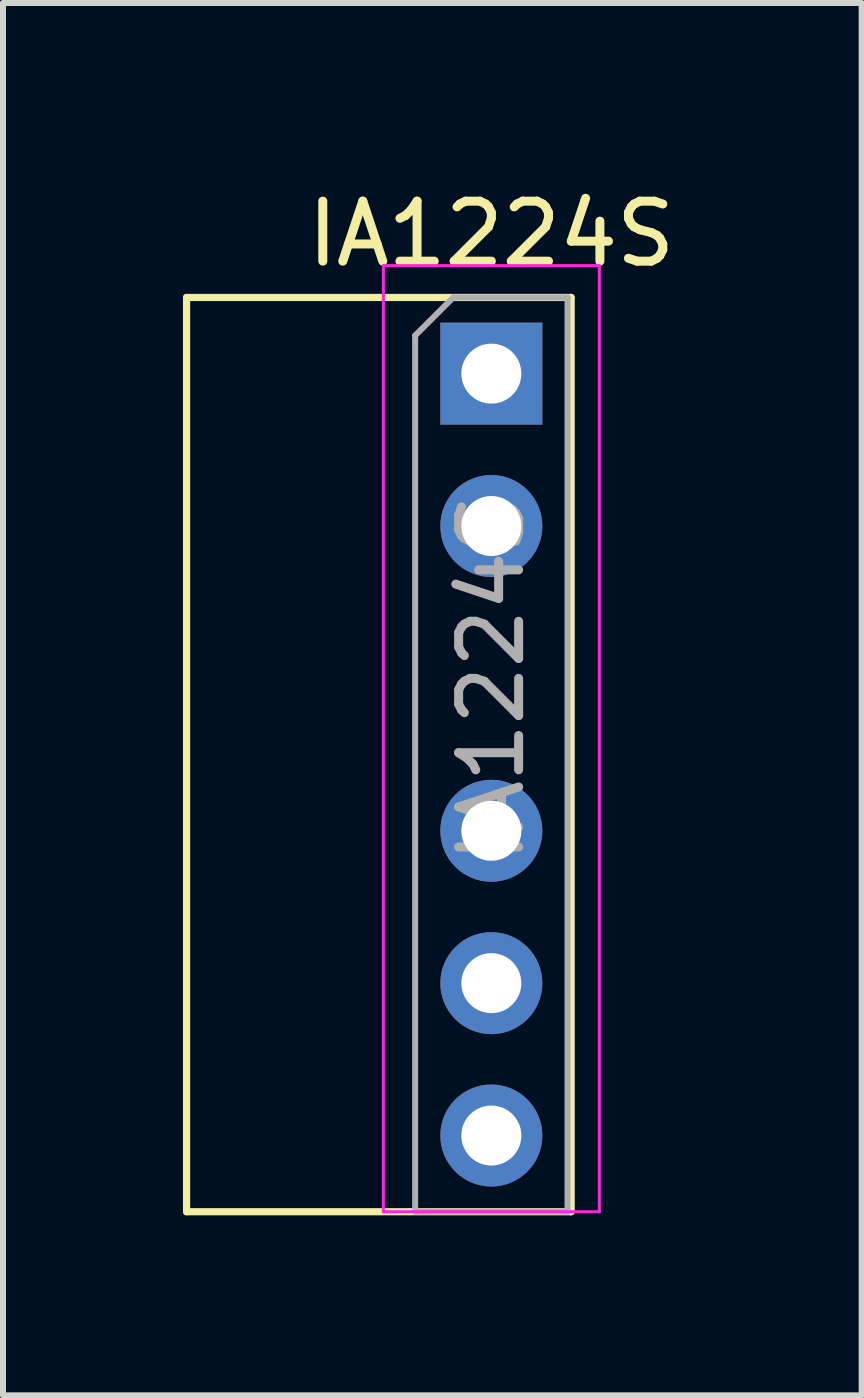
<source format=kicad_pcb>
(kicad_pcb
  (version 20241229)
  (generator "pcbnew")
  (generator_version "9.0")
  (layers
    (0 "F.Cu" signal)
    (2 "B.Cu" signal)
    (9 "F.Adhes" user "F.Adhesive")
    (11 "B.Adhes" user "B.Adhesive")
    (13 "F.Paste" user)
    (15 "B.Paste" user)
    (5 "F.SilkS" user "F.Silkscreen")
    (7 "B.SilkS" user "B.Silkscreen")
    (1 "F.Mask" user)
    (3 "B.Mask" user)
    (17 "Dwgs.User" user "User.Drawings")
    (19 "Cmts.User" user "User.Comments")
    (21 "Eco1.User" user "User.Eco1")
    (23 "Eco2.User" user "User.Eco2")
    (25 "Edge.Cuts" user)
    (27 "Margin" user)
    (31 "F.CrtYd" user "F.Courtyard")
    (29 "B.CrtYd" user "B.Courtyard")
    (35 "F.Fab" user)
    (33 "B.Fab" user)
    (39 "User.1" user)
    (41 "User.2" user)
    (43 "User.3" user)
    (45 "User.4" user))
  (footprint "IA1224S"
    (layer "F.Cu")
    (at 5.14 3.178)
    (property "Reference" "IA1224S" (at 0 -2.33 0) (layer "F.SilkS") (effects (font (size 1 1) (thickness 0.15))))
    (attr through_hole)
    (fp_line (start -5.08 -1.27) (end -5.08 13.97) (stroke (width 0.12) (type solid)) (layer "F.SilkS"))
    (fp_line (start -5.08 -1.27) (end 1.33 -1.27) (stroke (width 0.12) (type solid)) (layer "F.SilkS"))
    (fp_line (start -5.08 13.97) (end 1.33 13.97) (stroke (width 0.12) (type solid)) (layer "F.SilkS"))
    (fp_line (start 1.33 -1.27) (end 1.33 13.97) (stroke (width 0.12) (type solid)) (layer "F.SilkS"))
    (fp_line (start -1.8 -1.8) (end -1.8 13.97) (stroke (width 0.05) (type solid)) (layer "F.CrtYd"))
    (fp_line (start -1.8 13.97) (end 1.8 13.97) (stroke (width 0.05) (type solid)) (layer "F.CrtYd"))
    (fp_line (start 1.8 -1.8) (end -1.8 -1.8) (stroke (width 0.05) (type solid)) (layer "F.CrtYd"))
    (fp_line (start 1.8 13.97) (end 1.8 -1.8) (stroke (width 0.05) (type solid)) (layer "F.CrtYd"))
    (fp_line (start -1.27 -0.635) (end -0.635 -1.27) (stroke (width 0.1) (type solid)) (layer "F.Fab"))
    (fp_line (start -1.27 13.97) (end -1.27 -0.635) (stroke (width 0.1) (type solid)) (layer "F.Fab"))
    (fp_line (start -0.635 -1.27) (end 1.27 -1.27) (stroke (width 0.1) (type solid)) (layer "F.Fab"))
    (fp_line (start 1.27 -1.27) (end 1.27 13.97) (stroke (width 0.1) (type solid)) (layer "F.Fab"))
    (fp_line (start 1.27 13.97) (end -1.27 13.97) (stroke (width 0.1) (type solid)) (layer "F.Fab"))
    (fp_text user "${REFERENCE}" (at 0 5.08 90) (layer "F.Fab") (effects (font (size 1 1) (thickness 0.15))))
    (pad "1" thru_hole rect (at 0 0) (size 1.7 1.7) (drill 1) (layers "*.Cu" "*.Mask"))
    (pad "2" thru_hole oval (at 0 2.54) (size 1.7 1.7) (drill 1) (layers "*.Cu" "*.Mask"))
    (pad "3" thru_hole oval (at 0 7.62) (size 1.7 1.7) (drill 1) (layers "*.Cu" "*.Mask"))
    (pad "4" thru_hole oval (at 0 10.16) (size 1.7 1.7) (drill 1) (layers "*.Cu" "*.Mask"))
    (pad "5" thru_hole oval (at 0 12.7) (size 1.7 1.7) (drill 1) (layers "*.Cu" "*.Mask")))
  (gr_rect
    (start -3 -3)
    (end 11.313 20.208)
    (stroke (width 0.1) (type default))
    (fill no)
    (layer "Edge.Cuts")))
</source>
